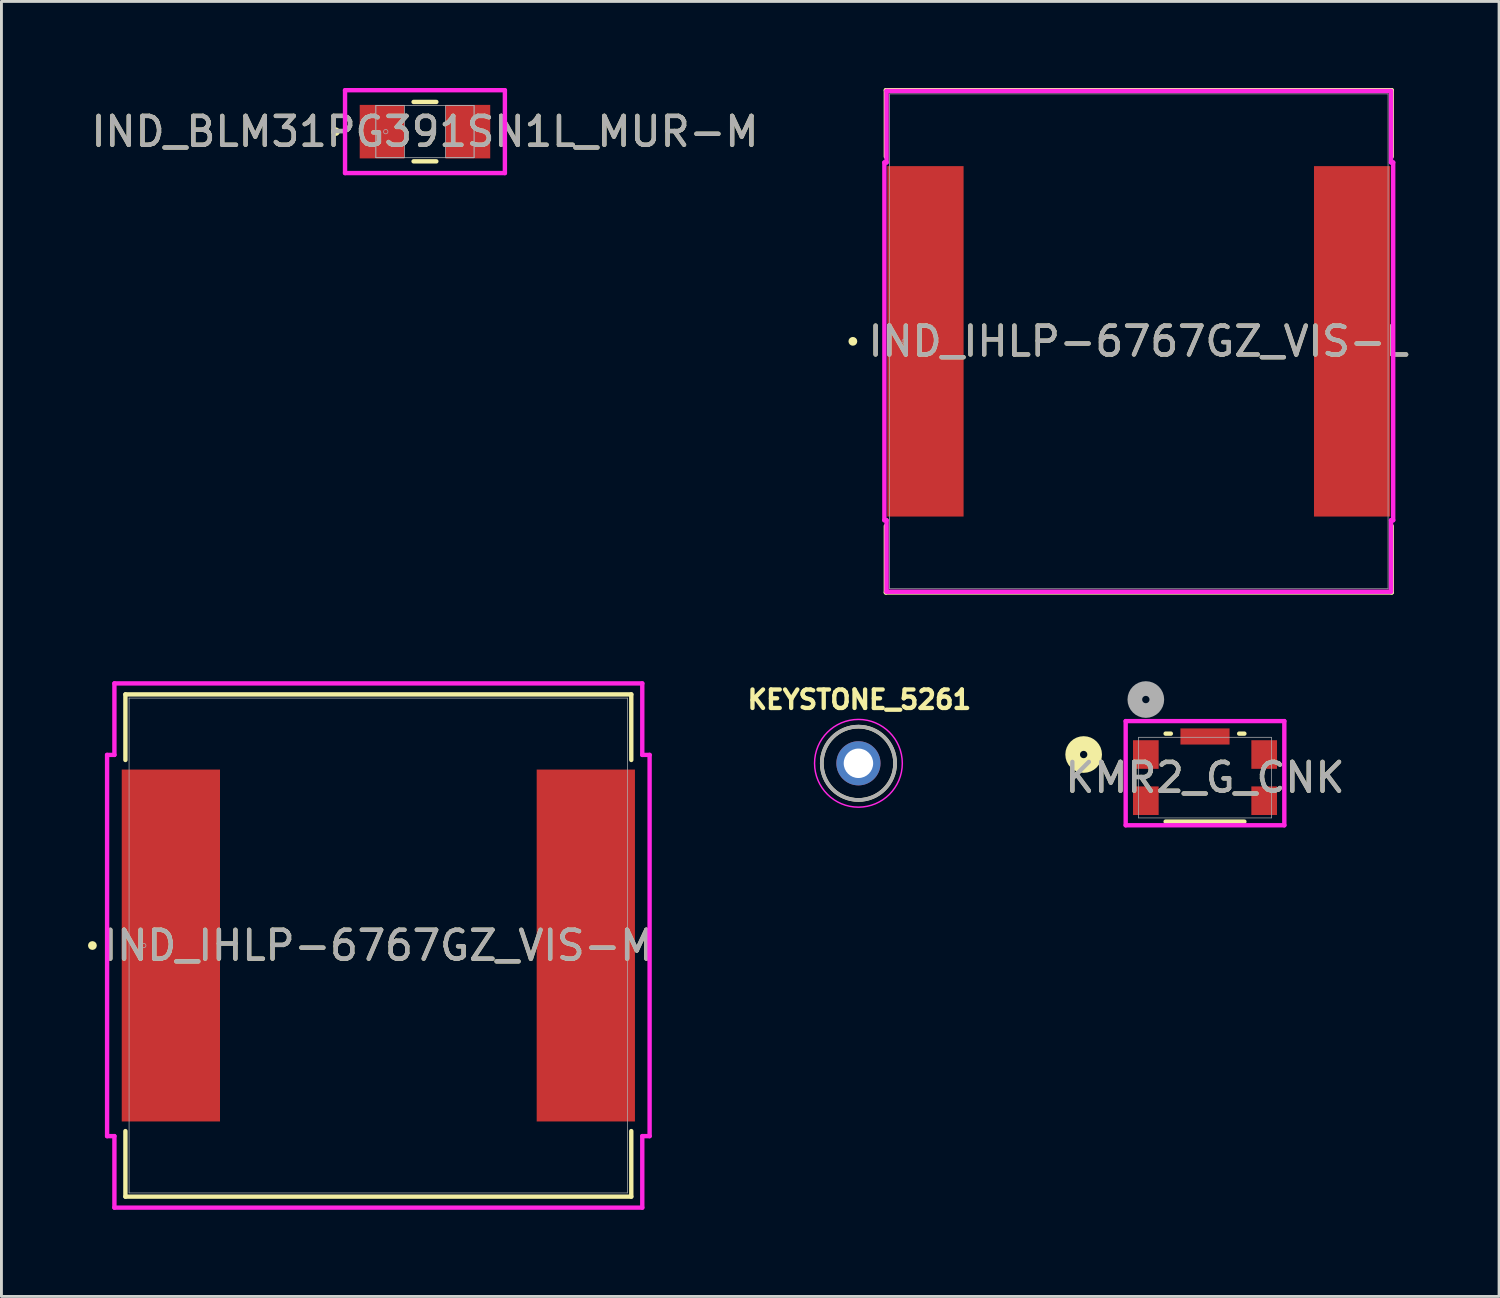
<source format=kicad_pcb>
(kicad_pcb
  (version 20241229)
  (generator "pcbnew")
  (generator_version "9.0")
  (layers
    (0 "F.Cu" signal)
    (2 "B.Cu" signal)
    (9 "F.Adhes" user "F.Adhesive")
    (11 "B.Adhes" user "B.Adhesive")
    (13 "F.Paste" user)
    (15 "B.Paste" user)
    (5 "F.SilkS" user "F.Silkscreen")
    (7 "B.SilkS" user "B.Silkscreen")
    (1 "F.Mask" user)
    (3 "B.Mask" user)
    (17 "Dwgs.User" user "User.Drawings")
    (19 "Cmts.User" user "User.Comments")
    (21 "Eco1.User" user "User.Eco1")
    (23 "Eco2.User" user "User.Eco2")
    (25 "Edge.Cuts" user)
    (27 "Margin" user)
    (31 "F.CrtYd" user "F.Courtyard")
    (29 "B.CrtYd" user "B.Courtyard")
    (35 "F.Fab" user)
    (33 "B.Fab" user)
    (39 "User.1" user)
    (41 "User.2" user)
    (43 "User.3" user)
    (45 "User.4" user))
  (footprint "KMR2_G_CNK"
    (layer "F.Cu")
    (at 38.698 23.891)
    (property "Reference" "KMR2_G_CNK" (at 0 0 0) (unlocked yes) (layer "F.SilkS") (effects (font (size 1 1) (thickness 0.15))))
    (attr smd)
    (fp_line (start -1.364 1.524) (end 1.364 1.524) (stroke (width 0.152) (type solid)) (layer "F.SilkS"))
    (fp_line (start -1.184 -1.524) (end -1.364 -1.524) (stroke (width 0.152) (type solid)) (layer "F.SilkS"))
    (fp_line (start 1.364 -1.524) (end 1.184 -1.524) (stroke (width 0.152) (type solid)) (layer "F.SilkS"))
    (fp_circle (center -4.204 -0.8) (end -3.823 -0.8) (stroke (width 0.508) (type solid)) (fill no) (layer "F.SilkS"))
    (fp_line (start -2.748 -1.958) (end -2.748 1.651) (stroke (width 0.152) (type solid)) (layer "F.CrtYd"))
    (fp_line (start -2.748 1.651) (end 2.748 1.651) (stroke (width 0.152) (type solid)) (layer "F.CrtYd"))
    (fp_line (start 2.748 -1.958) (end -2.748 -1.958) (stroke (width 0.152) (type solid)) (layer "F.CrtYd"))
    (fp_line (start 2.748 1.651) (end 2.748 -1.958) (stroke (width 0.152) (type solid)) (layer "F.CrtYd"))
    (fp_line (start -2.299 -1.397) (end -2.299 1.397) (stroke (width 0.025) (type solid)) (layer "F.Fab"))
    (fp_line (start -2.299 1.397) (end 2.299 1.397) (stroke (width 0.025) (type solid)) (layer "F.Fab"))
    (fp_line (start 2.299 -1.397) (end -2.299 -1.397) (stroke (width 0.025) (type solid)) (layer "F.Fab"))
    (fp_line (start 2.299 1.397) (end 2.299 -1.397) (stroke (width 0.025) (type solid)) (layer "F.Fab"))
    (fp_circle (center -2.05 -2.705) (end -1.669 -2.705) (stroke (width 0.508) (type solid)) (fill no) (layer "F.Fab"))
    (fp_text user "${REFERENCE}" (at 0 0 0) (unlocked yes) (layer "F.Fab") (effects (font (size 1 1) (thickness 0.15))))
    (pad "1" smd rect (at -2.05 -0.8) (size 0.889 0.991) (layers "F.Cu" "F.Mask" "F.Paste"))
    (pad "2" smd rect (at 2.05 -0.8) (size 0.889 0.991) (layers "F.Cu" "F.Mask" "F.Paste"))
    (pad "3" smd rect (at -2.05 0.8) (size 0.889 0.991) (layers "F.Cu" "F.Mask" "F.Paste"))
    (pad "4" smd rect (at 2.05 0.8) (size 0.889 0.991) (layers "F.Cu" "F.Mask" "F.Paste"))
    (pad "5" smd rect (at 0 -1.425) (size 1.702 0.559) (layers "F.Cu" "F.Mask" "F.Paste")))
  (footprint "IND_BLM31PG391SN1L_MUR-M"
    (layer "F.Cu")
    (at 11.673 1.511)
    (property "Reference" "IND_BLM31PG391SN1L_MUR-M" (at 0 0 0) (unlocked yes) (layer "F.SilkS") (effects (font (size 1 1) (thickness 0.15))))
    (attr smd)
    (fp_line (start -0.394 1.029) (end 0.394 1.029) (stroke (width 0.152) (type solid)) (layer "F.SilkS"))
    (fp_line (start 0.394 -1.029) (end -0.394 -1.029) (stroke (width 0.152) (type solid)) (layer "F.SilkS"))
    (fp_circle (center -3.099 0) (end -3.023 0) (stroke (width 0.152) (type solid)) (fill no) (layer "F.SilkS"))
    (fp_line (start -2.769 -1.435) (end 2.769 -1.435) (stroke (width 0.152) (type solid)) (layer "F.CrtYd"))
    (fp_line (start -2.769 1.435) (end -2.769 -1.435) (stroke (width 0.152) (type solid)) (layer "F.CrtYd"))
    (fp_line (start 2.769 -1.435) (end 2.769 1.435) (stroke (width 0.152) (type solid)) (layer "F.CrtYd"))
    (fp_line (start 2.769 1.435) (end -2.769 1.435) (stroke (width 0.152) (type solid)) (layer "F.CrtYd"))
    (fp_line (start -1.702 -0.902) (end -1.702 0.902) (stroke (width 0.025) (type solid)) (layer "F.Fab"))
    (fp_line (start -1.702 -0.902) (end -1.702 0.902) (stroke (width 0.025) (type solid)) (layer "F.Fab"))
    (fp_line (start -1.702 0.902) (end -0.711 0.902) (stroke (width 0.025) (type solid)) (layer "F.Fab"))
    (fp_line (start -1.702 0.902) (end 1.702 0.902) (stroke (width 0.025) (type solid)) (layer "F.Fab"))
    (fp_line (start -0.711 -0.902) (end -1.702 -0.902) (stroke (width 0.025) (type solid)) (layer "F.Fab"))
    (fp_line (start -0.711 0.902) (end -0.711 -0.902) (stroke (width 0.025) (type solid)) (layer "F.Fab"))
    (fp_line (start 0.711 -0.902) (end 0.711 0.902) (stroke (width 0.025) (type solid)) (layer "F.Fab"))
    (fp_line (start 0.711 0.902) (end 1.702 0.902) (stroke (width 0.025) (type solid)) (layer "F.Fab"))
    (fp_line (start 1.702 -0.902) (end -1.702 -0.902) (stroke (width 0.025) (type solid)) (layer "F.Fab"))
    (fp_line (start 1.702 -0.902) (end 0.711 -0.902) (stroke (width 0.025) (type solid)) (layer "F.Fab"))
    (fp_line (start 1.702 0.902) (end 1.702 -0.902) (stroke (width 0.025) (type solid)) (layer "F.Fab"))
    (fp_line (start 1.702 0.902) (end 1.702 -0.902) (stroke (width 0.025) (type solid)) (layer "F.Fab"))
    (fp_circle (center -1.359 0) (end -1.283 0) (stroke (width 0.025) (type solid)) (fill no) (layer "F.Fab"))
    (fp_text user "${REFERENCE}" (at 0 0 0) (unlocked yes) (layer "F.Fab") (effects (font (size 1 1) (thickness 0.15))))
    (pad "1" smd rect (at -1.486 0) (size 1.549 1.854) (layers "F.Cu" "F.Mask" "F.Paste"))
    (pad "2" smd rect (at 1.486 0) (size 1.549 1.854) (layers "F.Cu" "F.Mask" "F.Paste"))
    (zone (net_name "") (layer "F.Cu") (hatch full 0.508) (connect_pads) (min_thickness 0.254) (filled_areas_thickness no) (keepout (tracks not_allowed) (vias not_allowed) (pads allowed) (copperpour not_allowed) (footprints allowed)) (placement (enabled no)) (fill) (polygon (pts (xy 11.012 0.66) (xy 12.333 0.66) (xy 12.333 2.362) (xy 11.012 2.362)))))
  (footprint "KEYSTONE_5261"
    (layer "F.Cu")
    (at 26.691 23.395)
    (property "Reference" "KEYSTONE_5261" (at 0.032 -2.206 0) (layer "F.SilkS") (effects (font (size 0.64 0.64) (thickness 0.15))))
    (attr through_hole)
    (fp_circle (center 0 0) (end 1.27 0) (stroke (width 0.127) (type solid)) (fill no) (layer "F.SilkS"))
    (fp_circle (center 0 0) (end 1.52 0) (stroke (width 0.05) (type solid)) (fill no) (layer "F.CrtYd"))
    (fp_circle (center 0 0) (end 1.27 0) (stroke (width 0.127) (type solid)) (fill no) (layer "F.Fab"))
    (pad "TP" thru_hole circle (at 0 0) (size 1.53 1.53) (drill 1.02) (layers "*.Cu" "*.Mask")))
  (footprint "IND_IHLP-6767GZ_VIS-M"
    (layer "F.Cu")
    (at 10.058 29.708)
    (property "Reference" "IND_IHLP-6767GZ_VIS-M" (at 0 0 0) (unlocked yes) (layer "F.SilkS") (effects (font (size 1 1) (thickness 0.15))))
    (attr smd)
    (fp_line (start -8.763 -8.7) (end -8.763 -6.429) (stroke (width 0.152) (type solid)) (layer "F.SilkS"))
    (fp_line (start -8.763 6.429) (end -8.763 8.7) (stroke (width 0.152) (type solid)) (layer "F.SilkS"))
    (fp_line (start -8.763 8.7) (end 8.763 8.7) (stroke (width 0.152) (type solid)) (layer "F.SilkS"))
    (fp_line (start 8.763 -8.7) (end -8.763 -8.7) (stroke (width 0.152) (type solid)) (layer "F.SilkS"))
    (fp_line (start 8.763 -6.429) (end 8.763 -8.7) (stroke (width 0.152) (type solid)) (layer "F.SilkS"))
    (fp_line (start 8.763 8.7) (end 8.763 6.429) (stroke (width 0.152) (type solid)) (layer "F.SilkS"))
    (fp_circle (center -9.906 0) (end -9.83 0) (stroke (width 0.152) (type solid)) (fill no) (layer "F.SilkS"))
    (fp_line (start -9.398 -6.604) (end -9.144 -6.604) (stroke (width 0.152) (type solid)) (layer "F.CrtYd"))
    (fp_line (start -9.398 6.604) (end -9.398 -6.604) (stroke (width 0.152) (type solid)) (layer "F.CrtYd"))
    (fp_line (start -9.144 -9.081) (end 9.144 -9.081) (stroke (width 0.152) (type solid)) (layer "F.CrtYd"))
    (fp_line (start -9.144 -6.604) (end -9.144 -9.081) (stroke (width 0.152) (type solid)) (layer "F.CrtYd"))
    (fp_line (start -9.144 6.604) (end -9.398 6.604) (stroke (width 0.152) (type solid)) (layer "F.CrtYd"))
    (fp_line (start -9.144 9.081) (end -9.144 6.604) (stroke (width 0.152) (type solid)) (layer "F.CrtYd"))
    (fp_line (start 9.144 -9.081) (end 9.144 -6.604) (stroke (width 0.152) (type solid)) (layer "F.CrtYd"))
    (fp_line (start 9.144 -6.604) (end 9.398 -6.604) (stroke (width 0.152) (type solid)) (layer "F.CrtYd"))
    (fp_line (start 9.144 6.604) (end 9.144 9.081) (stroke (width 0.152) (type solid)) (layer "F.CrtYd"))
    (fp_line (start 9.144 9.081) (end -9.144 9.081) (stroke (width 0.152) (type solid)) (layer "F.CrtYd"))
    (fp_line (start 9.398 -6.604) (end 9.398 6.604) (stroke (width 0.152) (type solid)) (layer "F.CrtYd"))
    (fp_line (start 9.398 6.604) (end 9.144 6.604) (stroke (width 0.152) (type solid)) (layer "F.CrtYd"))
    (fp_line (start -8.636 -8.572) (end -8.636 8.572) (stroke (width 0.025) (type solid)) (layer "F.Fab"))
    (fp_line (start -8.636 8.572) (end 8.636 8.572) (stroke (width 0.025) (type solid)) (layer "F.Fab"))
    (fp_line (start 8.636 -8.572) (end -8.636 -8.572) (stroke (width 0.025) (type solid)) (layer "F.Fab"))
    (fp_line (start 8.636 8.572) (end 8.636 -8.572) (stroke (width 0.025) (type solid)) (layer "F.Fab"))
    (fp_circle (center -8.128 0) (end -8.052 0) (stroke (width 0.025) (type solid)) (fill no) (layer "F.Fab"))
    (fp_text user "${REFERENCE}" (at 0 0 0) (unlocked yes) (layer "F.Fab") (effects (font (size 1 1) (thickness 0.15))))
    (pad "1" smd rect (at -7.188 0 90) (size 12.192 3.404) (layers "F.Cu" "F.Mask" "F.Paste"))
    (pad "2" smd rect (at 7.188 0 90) (size 12.192 3.404) (layers "F.Cu" "F.Mask" "F.Paste"))
    (zone (net_name "") (layer "F.Cu") (hatch full 0.508) (connect_pads) (min_thickness 0.254) (filled_areas_thickness no) (keepout (tracks not_allowed) (vias not_allowed) (pads allowed) (copperpour not_allowed) (footprints allowed)) (placement (enabled no)) (fill) (polygon (pts (xy 1.473 21.186) (xy 18.644 21.186) (xy 18.644 23.561) (xy 1.473 23.561))))
    (zone (net_name "") (layer "F.Cu") (hatch full 0.508) (connect_pads) (min_thickness 0.254) (filled_areas_thickness no) (keepout (tracks not_allowed) (vias not_allowed) (pads allowed) (copperpour not_allowed) (footprints allowed)) (placement (enabled no)) (fill) (polygon (pts (xy 1.473 35.855) (xy 18.644 35.855) (xy 18.644 38.23) (xy 1.473 38.23))))
    (zone (net_name "") (layer "F.Cu") (hatch full 0.508) (connect_pads) (min_thickness 0.254) (filled_areas_thickness no) (keepout (tracks not_allowed) (vias not_allowed) (pads allowed) (copperpour not_allowed) (footprints allowed)) (placement (enabled no)) (fill) (polygon (pts (xy 4.623 23.561) (xy 15.494 23.561) (xy 15.494 35.855) (xy 4.623 35.855)))))
  (footprint "IND_IHLP-6767GZ_VIS-L"
    (layer "F.Cu")
    (at 36.404 8.776)
    (property "Reference" "IND_IHLP-6767GZ_VIS-L" (at 0 0 0) (unlocked yes) (layer "F.SilkS") (effects (font (size 1 1) (thickness 0.15))))
    (attr smd)
    (fp_line (start -8.763 -8.7) (end -8.763 -6.399) (stroke (width 0.152) (type solid)) (layer "F.SilkS"))
    (fp_line (start -8.763 6.399) (end -8.763 8.7) (stroke (width 0.152) (type solid)) (layer "F.SilkS"))
    (fp_line (start -8.763 8.7) (end 8.763 8.7) (stroke (width 0.152) (type solid)) (layer "F.SilkS"))
    (fp_line (start 8.763 -8.7) (end -8.763 -8.7) (stroke (width 0.152) (type solid)) (layer "F.SilkS"))
    (fp_line (start 8.763 -6.399) (end 8.763 -8.7) (stroke (width 0.152) (type solid)) (layer "F.SilkS"))
    (fp_line (start 8.763 8.7) (end 8.763 6.399) (stroke (width 0.152) (type solid)) (layer "F.SilkS"))
    (fp_circle (center -9.906 0) (end -9.83 0) (stroke (width 0.152) (type solid)) (fill no) (layer "F.SilkS"))
    (fp_line (start -8.814 -6.198) (end -8.738 -6.198) (stroke (width 0.152) (type solid)) (layer "F.CrtYd"))
    (fp_line (start -8.814 6.198) (end -8.814 -6.198) (stroke (width 0.152) (type solid)) (layer "F.CrtYd"))
    (fp_line (start -8.738 -8.674) (end 8.738 -8.674) (stroke (width 0.152) (type solid)) (layer "F.CrtYd"))
    (fp_line (start -8.738 -6.198) (end -8.738 -8.674) (stroke (width 0.152) (type solid)) (layer "F.CrtYd"))
    (fp_line (start -8.738 6.198) (end -8.814 6.198) (stroke (width 0.152) (type solid)) (layer "F.CrtYd"))
    (fp_line (start -8.738 8.674) (end -8.738 6.198) (stroke (width 0.152) (type solid)) (layer "F.CrtYd"))
    (fp_line (start 8.738 -8.674) (end 8.738 -6.198) (stroke (width 0.152) (type solid)) (layer "F.CrtYd"))
    (fp_line (start 8.738 -6.198) (end 8.814 -6.198) (stroke (width 0.152) (type solid)) (layer "F.CrtYd"))
    (fp_line (start 8.738 6.198) (end 8.738 8.674) (stroke (width 0.152) (type solid)) (layer "F.CrtYd"))
    (fp_line (start 8.738 8.674) (end -8.738 8.674) (stroke (width 0.152) (type solid)) (layer "F.CrtYd"))
    (fp_line (start 8.814 -6.198) (end 8.814 6.198) (stroke (width 0.152) (type solid)) (layer "F.CrtYd"))
    (fp_line (start 8.814 6.198) (end 8.738 6.198) (stroke (width 0.152) (type solid)) (layer "F.CrtYd"))
    (fp_line (start -8.636 -8.572) (end -8.636 8.572) (stroke (width 0.025) (type solid)) (layer "F.Fab"))
    (fp_line (start -8.636 8.572) (end 8.636 8.572) (stroke (width 0.025) (type solid)) (layer "F.Fab"))
    (fp_line (start 8.636 -8.572) (end -8.636 -8.572) (stroke (width 0.025) (type solid)) (layer "F.Fab"))
    (fp_line (start 8.636 8.572) (end 8.636 -8.572) (stroke (width 0.025) (type solid)) (layer "F.Fab"))
    (fp_circle (center -8.128 0) (end -8.052 0) (stroke (width 0.025) (type solid)) (fill no) (layer "F.Fab"))
    (fp_text user "${REFERENCE}" (at 0 0 0) (unlocked yes) (layer "F.Fab") (effects (font (size 1 1) (thickness 0.15))))
    (pad "1" smd rect (at -7.391 0 90) (size 12.141 2.642) (layers "F.Cu" "F.Mask" "F.Paste"))
    (pad "2" smd rect (at 7.391 0 90) (size 12.141 2.642) (layers "F.Cu" "F.Mask" "F.Paste"))
    (zone (net_name "") (layer "F.Cu") (hatch full 0.508) (connect_pads) (min_thickness 0.254) (filled_areas_thickness no) (keepout (tracks not_allowed) (vias not_allowed) (pads allowed) (copperpour not_allowed) (footprints allowed)) (placement (enabled no)) (fill) (polygon (pts (xy 27.818 0.254) (xy 44.989 0.254) (xy 44.989 2.629) (xy 27.818 2.629))))
    (zone (net_name "") (layer "F.Cu") (hatch full 0.508) (connect_pads) (min_thickness 0.254) (filled_areas_thickness no) (keepout (tracks not_allowed) (vias not_allowed) (pads allowed) (copperpour not_allowed) (footprints allowed)) (placement (enabled no)) (fill) (polygon (pts (xy 27.818 14.922) (xy 44.989 14.922) (xy 44.989 17.297) (xy 27.818 17.297))))
    (zone (net_name "") (layer "F.Cu") (hatch full 0.508) (connect_pads) (min_thickness 0.254) (filled_areas_thickness no) (keepout (tracks not_allowed) (vias not_allowed) (pads allowed) (copperpour not_allowed) (footprints allowed)) (placement (enabled no)) (fill) (polygon (pts (xy 30.384 2.629) (xy 42.423 2.629) (xy 42.423 14.922) (xy 30.384 14.922)))))
  (gr_rect
    (start -3 -3)
    (end 48.886 41.865)
    (stroke (width 0.1) (type default))
    (fill no)
    (layer "Edge.Cuts")))
</source>
